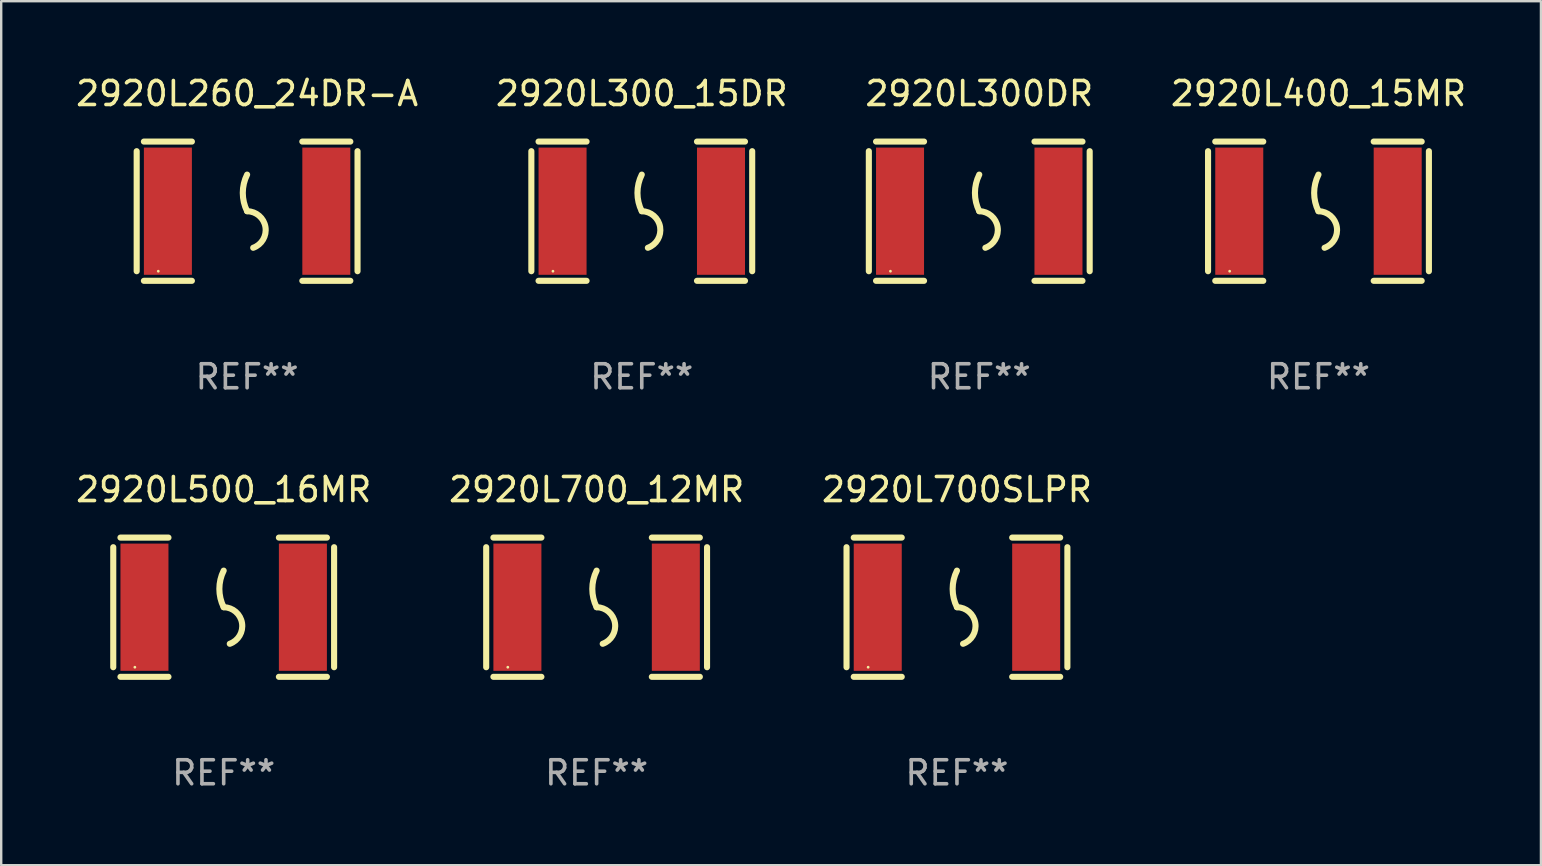
<source format=kicad_pcb>
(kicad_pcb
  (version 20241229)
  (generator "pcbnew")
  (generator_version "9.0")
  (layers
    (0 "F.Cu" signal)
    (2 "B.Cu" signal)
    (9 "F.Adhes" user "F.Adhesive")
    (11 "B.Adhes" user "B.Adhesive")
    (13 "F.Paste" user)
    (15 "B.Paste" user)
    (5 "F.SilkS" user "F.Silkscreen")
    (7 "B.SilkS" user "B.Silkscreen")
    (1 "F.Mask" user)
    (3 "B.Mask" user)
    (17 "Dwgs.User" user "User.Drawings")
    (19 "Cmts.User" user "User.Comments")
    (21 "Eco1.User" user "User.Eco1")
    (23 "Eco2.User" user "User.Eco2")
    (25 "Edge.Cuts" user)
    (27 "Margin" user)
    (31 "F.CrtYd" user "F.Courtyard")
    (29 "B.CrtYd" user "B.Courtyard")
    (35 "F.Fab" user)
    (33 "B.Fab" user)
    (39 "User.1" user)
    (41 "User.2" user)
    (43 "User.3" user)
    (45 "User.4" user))
  (footprint "2920L700SLPR"
    (layer "F.Cu")
    (at 36.815 22.245)
    (property "Reference" "2920L700SLPR" (at 0 -4.9 0) (layer "F.SilkS") (effects (font (size 1 1) (thickness 0.15))))
    (attr through_hole)
    (fp_line (start -4.6 -2.5) (end -4.6 2.5) (stroke (width 0.254) (type solid)) (layer "F.SilkS"))
    (fp_line (start -4.3 -2.9) (end -2.3 -2.9) (stroke (width 0.254) (type solid)) (layer "F.SilkS"))
    (fp_line (start -4.3 2.9) (end -2.3 2.9) (stroke (width 0.254) (type solid)) (layer "F.SilkS"))
    (fp_line (start 2.3 -2.9) (end 4.3 -2.9) (stroke (width 0.254) (type solid)) (layer "F.SilkS"))
    (fp_line (start 2.3 2.9) (end 4.3 2.9) (stroke (width 0.254) (type solid)) (layer "F.SilkS"))
    (fp_line (start 4.6 -2.5) (end 4.6 2.5) (stroke (width 0.254) (type solid)) (layer "F.SilkS"))
    (fp_arc (start 0 0) (mid -0.179884 -0.762002) (end 0 -1.524003) (stroke (width 0.254001) (type solid)) (layer "F.SilkS"))
    (fp_arc (start 0 0) (mid 0.763086 0.655987) (end 0.254001 1.524003) (stroke (width 0.254001) (type solid)) (layer "F.SilkS"))
    (fp_circle (center -3.7 2.5) (end -3.67 2.5) (stroke (width 0.06) (type solid)) (fill no) (layer "F.SilkS"))
    (fp_text user "REF**" (at 0 6.9 0) (layer "F.Fab") (effects (font (size 1 1) (thickness 0.15))))
    (pad "1" smd rect (at -3.3 0) (size 2 5.3) (layers "F.Cu" "F.Mask" "F.Paste"))
    (pad "2" smd rect (at 3.3 0) (size 2 5.3) (layers "F.Cu" "F.Mask" "F.Paste")))
  (footprint "2920L700_12MR"
    (layer "F.Cu")
    (at 21.804 22.245)
    (property "Reference" "2920L700_12MR" (at 0 -4.9 0) (layer "F.SilkS") (effects (font (size 1 1) (thickness 0.15))))
    (attr through_hole)
    (fp_line (start -4.6 -2.5) (end -4.6 2.5) (stroke (width 0.254) (type solid)) (layer "F.SilkS"))
    (fp_line (start -4.3 -2.9) (end -2.3 -2.9) (stroke (width 0.254) (type solid)) (layer "F.SilkS"))
    (fp_line (start -4.3 2.9) (end -2.3 2.9) (stroke (width 0.254) (type solid)) (layer "F.SilkS"))
    (fp_line (start 2.3 -2.9) (end 4.3 -2.9) (stroke (width 0.254) (type solid)) (layer "F.SilkS"))
    (fp_line (start 2.3 2.9) (end 4.3 2.9) (stroke (width 0.254) (type solid)) (layer "F.SilkS"))
    (fp_line (start 4.6 -2.5) (end 4.6 2.5) (stroke (width 0.254) (type solid)) (layer "F.SilkS"))
    (fp_arc (start 0 0) (mid -0.179884 -0.762002) (end 0 -1.524003) (stroke (width 0.254001) (type solid)) (layer "F.SilkS"))
    (fp_arc (start 0 0) (mid 0.763086 0.655987) (end 0.254001 1.524003) (stroke (width 0.254001) (type solid)) (layer "F.SilkS"))
    (fp_circle (center -3.7 2.5) (end -3.67 2.5) (stroke (width 0.06) (type solid)) (fill no) (layer "F.SilkS"))
    (fp_text user "REF**" (at 0 6.9 0) (layer "F.Fab") (effects (font (size 1 1) (thickness 0.15))))
    (pad "1" smd rect (at -3.3 0) (size 2 5.3) (layers "F.Cu" "F.Mask" "F.Paste"))
    (pad "2" smd rect (at 3.3 0) (size 2 5.3) (layers "F.Cu" "F.Mask" "F.Paste")))
  (footprint "2920L260_24DR-A"
    (layer "F.Cu")
    (at 7.244 5.748)
    (property "Reference" "2920L260_24DR-A" (at 0 -4.9 0) (layer "F.SilkS") (effects (font (size 1 1) (thickness 0.15))))
    (attr through_hole)
    (fp_line (start -4.6 -2.5) (end -4.6 2.5) (stroke (width 0.254) (type solid)) (layer "F.SilkS"))
    (fp_line (start -4.3 -2.9) (end -2.3 -2.9) (stroke (width 0.254) (type solid)) (layer "F.SilkS"))
    (fp_line (start -4.3 2.9) (end -2.3 2.9) (stroke (width 0.254) (type solid)) (layer "F.SilkS"))
    (fp_line (start 2.3 -2.9) (end 4.3 -2.9) (stroke (width 0.254) (type solid)) (layer "F.SilkS"))
    (fp_line (start 2.3 2.9) (end 4.3 2.9) (stroke (width 0.254) (type solid)) (layer "F.SilkS"))
    (fp_line (start 4.6 -2.5) (end 4.6 2.5) (stroke (width 0.254) (type solid)) (layer "F.SilkS"))
    (fp_arc (start 0 0) (mid -0.179884 -0.762002) (end 0 -1.524003) (stroke (width 0.254001) (type solid)) (layer "F.SilkS"))
    (fp_arc (start 0 0) (mid 0.763086 0.655987) (end 0.254001 1.524003) (stroke (width 0.254001) (type solid)) (layer "F.SilkS"))
    (fp_circle (center -3.7 2.5) (end -3.67 2.5) (stroke (width 0.06) (type solid)) (fill no) (layer "F.SilkS"))
    (fp_text user "REF**" (at 0 6.9 0) (layer "F.Fab") (effects (font (size 1 1) (thickness 0.15))))
    (pad "1" smd rect (at -3.3 0) (size 2 5.3) (layers "F.Cu" "F.Mask" "F.Paste"))
    (pad "2" smd rect (at 3.3 0) (size 2 5.3) (layers "F.Cu" "F.Mask" "F.Paste")))
  (footprint "2920L400_15MR"
    (layer "F.Cu")
    (at 51.875 5.748)
    (property "Reference" "2920L400_15MR" (at 0 -4.9 0) (layer "F.SilkS") (effects (font (size 1 1) (thickness 0.15))))
    (attr through_hole)
    (fp_line (start -4.6 -2.5) (end -4.6 2.5) (stroke (width 0.254) (type solid)) (layer "F.SilkS"))
    (fp_line (start -4.3 -2.9) (end -2.3 -2.9) (stroke (width 0.254) (type solid)) (layer "F.SilkS"))
    (fp_line (start -4.3 2.9) (end -2.3 2.9) (stroke (width 0.254) (type solid)) (layer "F.SilkS"))
    (fp_line (start 2.3 -2.9) (end 4.3 -2.9) (stroke (width 0.254) (type solid)) (layer "F.SilkS"))
    (fp_line (start 2.3 2.9) (end 4.3 2.9) (stroke (width 0.254) (type solid)) (layer "F.SilkS"))
    (fp_line (start 4.6 -2.5) (end 4.6 2.5) (stroke (width 0.254) (type solid)) (layer "F.SilkS"))
    (fp_arc (start 0 0) (mid -0.179884 -0.762002) (end 0 -1.524003) (stroke (width 0.254001) (type solid)) (layer "F.SilkS"))
    (fp_arc (start 0 0) (mid 0.763086 0.655987) (end 0.254001 1.524003) (stroke (width 0.254001) (type solid)) (layer "F.SilkS"))
    (fp_circle (center -3.7 2.5) (end -3.67 2.5) (stroke (width 0.06) (type solid)) (fill no) (layer "F.SilkS"))
    (fp_text user "REF**" (at 0 6.9 0) (layer "F.Fab") (effects (font (size 1 1) (thickness 0.15))))
    (pad "1" smd rect (at -3.3 0) (size 2 5.3) (layers "F.Cu" "F.Mask" "F.Paste"))
    (pad "2" smd rect (at 3.3 0) (size 2 5.3) (layers "F.Cu" "F.Mask" "F.Paste")))
  (footprint "2920L300_15DR"
    (layer "F.Cu")
    (at 23.685 5.748)
    (property "Reference" "2920L300_15DR" (at 0 -4.9 0) (layer "F.SilkS") (effects (font (size 1 1) (thickness 0.15))))
    (attr through_hole)
    (fp_line (start -4.6 -2.5) (end -4.6 2.5) (stroke (width 0.254) (type solid)) (layer "F.SilkS"))
    (fp_line (start -4.3 -2.9) (end -2.3 -2.9) (stroke (width 0.254) (type solid)) (layer "F.SilkS"))
    (fp_line (start -4.3 2.9) (end -2.3 2.9) (stroke (width 0.254) (type solid)) (layer "F.SilkS"))
    (fp_line (start 2.3 -2.9) (end 4.3 -2.9) (stroke (width 0.254) (type solid)) (layer "F.SilkS"))
    (fp_line (start 2.3 2.9) (end 4.3 2.9) (stroke (width 0.254) (type solid)) (layer "F.SilkS"))
    (fp_line (start 4.6 -2.5) (end 4.6 2.5) (stroke (width 0.254) (type solid)) (layer "F.SilkS"))
    (fp_arc (start 0 0) (mid -0.179884 -0.762002) (end 0 -1.524003) (stroke (width 0.254001) (type solid)) (layer "F.SilkS"))
    (fp_arc (start 0 0) (mid 0.763086 0.655987) (end 0.254001 1.524003) (stroke (width 0.254001) (type solid)) (layer "F.SilkS"))
    (fp_circle (center -3.7 2.5) (end -3.67 2.5) (stroke (width 0.06) (type solid)) (fill no) (layer "F.SilkS"))
    (fp_text user "REF**" (at 0 6.9 0) (layer "F.Fab") (effects (font (size 1 1) (thickness 0.15))))
    (pad "1" smd rect (at -3.3 0) (size 2 5.3) (layers "F.Cu" "F.Mask" "F.Paste"))
    (pad "2" smd rect (at 3.3 0) (size 2 5.3) (layers "F.Cu" "F.Mask" "F.Paste")))
  (footprint "2920L300DR"
    (layer "F.Cu")
    (at 37.744 5.748)
    (property "Reference" "2920L300DR" (at 0 -4.9 0) (layer "F.SilkS") (effects (font (size 1 1) (thickness 0.15))))
    (attr through_hole)
    (fp_line (start -4.6 -2.5) (end -4.6 2.5) (stroke (width 0.254) (type solid)) (layer "F.SilkS"))
    (fp_line (start -4.3 -2.9) (end -2.3 -2.9) (stroke (width 0.254) (type solid)) (layer "F.SilkS"))
    (fp_line (start -4.3 2.9) (end -2.3 2.9) (stroke (width 0.254) (type solid)) (layer "F.SilkS"))
    (fp_line (start 2.3 -2.9) (end 4.3 -2.9) (stroke (width 0.254) (type solid)) (layer "F.SilkS"))
    (fp_line (start 2.3 2.9) (end 4.3 2.9) (stroke (width 0.254) (type solid)) (layer "F.SilkS"))
    (fp_line (start 4.6 -2.5) (end 4.6 2.5) (stroke (width 0.254) (type solid)) (layer "F.SilkS"))
    (fp_arc (start 0 0) (mid -0.179884 -0.762002) (end 0 -1.524003) (stroke (width 0.254001) (type solid)) (layer "F.SilkS"))
    (fp_arc (start 0 0) (mid 0.763086 0.655987) (end 0.254001 1.524003) (stroke (width 0.254001) (type solid)) (layer "F.SilkS"))
    (fp_circle (center -3.7 2.5) (end -3.67 2.5) (stroke (width 0.06) (type solid)) (fill no) (layer "F.SilkS"))
    (fp_text user "REF**" (at 0 6.9 0) (layer "F.Fab") (effects (font (size 1 1) (thickness 0.15))))
    (pad "1" smd rect (at -3.3 0) (size 2 5.3) (layers "F.Cu" "F.Mask" "F.Paste"))
    (pad "2" smd rect (at 3.3 0) (size 2 5.3) (layers "F.Cu" "F.Mask" "F.Paste")))
  (footprint "2920L500_16MR"
    (layer "F.Cu")
    (at 6.268 22.245)
    (property "Reference" "2920L500_16MR" (at 0 -4.9 0) (layer "F.SilkS") (effects (font (size 1 1) (thickness 0.15))))
    (attr through_hole)
    (fp_line (start -4.6 -2.5) (end -4.6 2.5) (stroke (width 0.254) (type solid)) (layer "F.SilkS"))
    (fp_line (start -4.3 -2.9) (end -2.3 -2.9) (stroke (width 0.254) (type solid)) (layer "F.SilkS"))
    (fp_line (start -4.3 2.9) (end -2.3 2.9) (stroke (width 0.254) (type solid)) (layer "F.SilkS"))
    (fp_line (start 2.3 -2.9) (end 4.3 -2.9) (stroke (width 0.254) (type solid)) (layer "F.SilkS"))
    (fp_line (start 2.3 2.9) (end 4.3 2.9) (stroke (width 0.254) (type solid)) (layer "F.SilkS"))
    (fp_line (start 4.6 -2.5) (end 4.6 2.5) (stroke (width 0.254) (type solid)) (layer "F.SilkS"))
    (fp_arc (start 0 0) (mid -0.179884 -0.762002) (end 0 -1.524003) (stroke (width 0.254001) (type solid)) (layer "F.SilkS"))
    (fp_arc (start 0 0) (mid 0.763086 0.655987) (end 0.254001 1.524003) (stroke (width 0.254001) (type solid)) (layer "F.SilkS"))
    (fp_circle (center -3.7 2.5) (end -3.67 2.5) (stroke (width 0.06) (type solid)) (fill no) (layer "F.SilkS"))
    (fp_text user "REF**" (at 0 6.9 0) (layer "F.Fab") (effects (font (size 1 1) (thickness 0.15))))
    (pad "1" smd rect (at -3.3 0) (size 2 5.3) (layers "F.Cu" "F.Mask" "F.Paste"))
    (pad "2" smd rect (at 3.3 0) (size 2 5.3) (layers "F.Cu" "F.Mask" "F.Paste")))
  (gr_rect
    (start -3 -3)
    (end 61.143 32.993)
    (stroke (width 0.1) (type default))
    (fill no)
    (layer "Edge.Cuts")))
</source>
